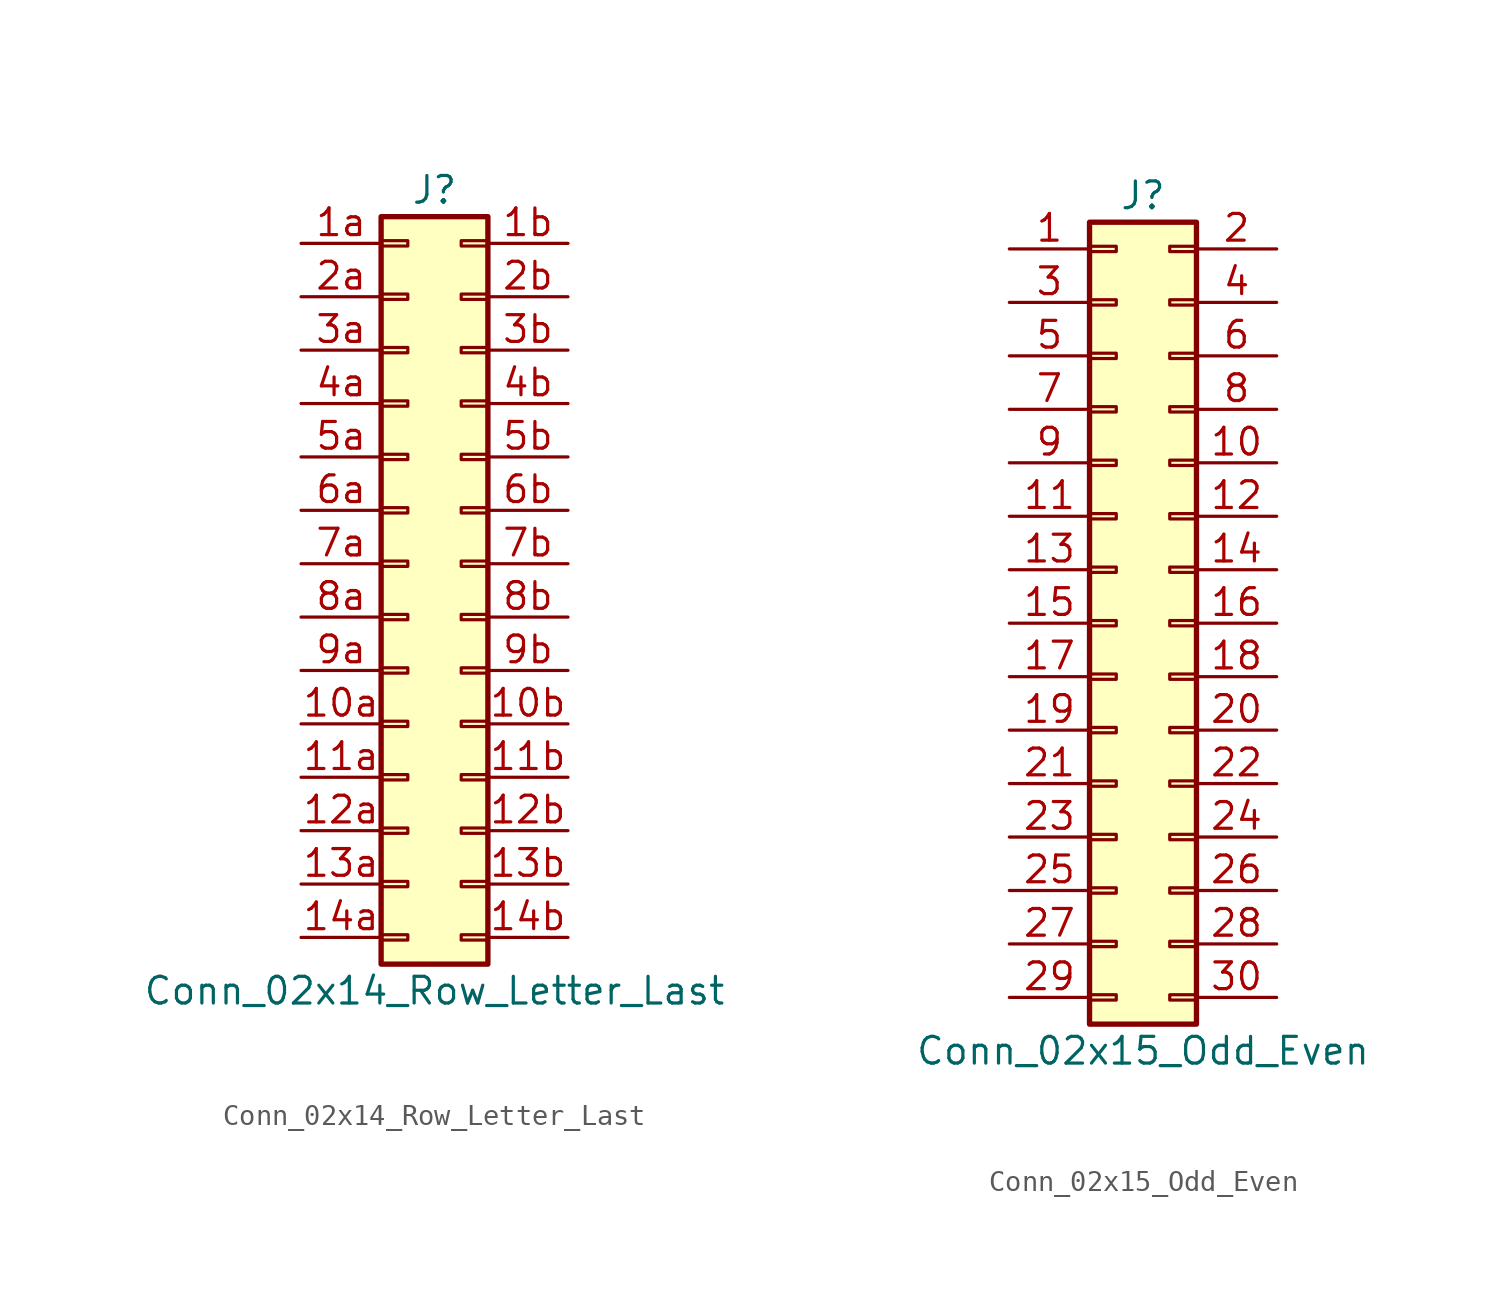
<source format=kicad_sym>
(kicad_symbol_lib
  (version 20211014)
  (generator kicad_symbol_editor)
  (symbol "Conn_02x14_Row_Letter_Last"
    (pin_names
      (offset 1.016) hide)
    (property "Reference" "J"
      (at 1.27 17.78 0)
      (effects (font (size 1.27 1.27))))
    (property "Value" "Conn_02x14_Row_Letter_Last"
      (at 1.27 -20.32 0)
      (effects (font (size 1.27 1.27))))
    (symbol "Conn_02x14_Row_Letter_Last_1_1"
      (rectangle (start -1.27 -17.653) (end 0 -17.907) (stroke (width 0.152) (type default) (color 0 0 0 0)) (fill (type none)))
      (rectangle (start -1.27 -15.113) (end 0 -15.367) (stroke (width 0.152) (type default) (color 0 0 0 0)) (fill (type none)))
      (rectangle (start -1.27 -12.573) (end 0 -12.827) (stroke (width 0.152) (type default) (color 0 0 0 0)) (fill (type none)))
      (rectangle (start -1.27 -10.033) (end 0 -10.287) (stroke (width 0.152) (type default) (color 0 0 0 0)) (fill (type none)))
      (rectangle (start -1.27 -7.493) (end 0 -7.747) (stroke (width 0.152) (type default) (color 0 0 0 0)) (fill (type none)))
      (rectangle (start -1.27 -4.953) (end 0 -5.207) (stroke (width 0.152) (type default) (color 0 0 0 0)) (fill (type none)))
      (rectangle (start -1.27 -2.413) (end 0 -2.667) (stroke (width 0.152) (type default) (color 0 0 0 0)) (fill (type none)))
      (rectangle (start -1.27 0.127) (end 0 -0.127) (stroke (width 0.152) (type default) (color 0 0 0 0)) (fill (type none)))
      (rectangle (start -1.27 2.667) (end 0 2.413) (stroke (width 0.152) (type default) (color 0 0 0 0)) (fill (type none)))
      (rectangle (start -1.27 5.207) (end 0 4.953) (stroke (width 0.152) (type default) (color 0 0 0 0)) (fill (type none)))
      (rectangle (start -1.27 7.747) (end 0 7.493) (stroke (width 0.152) (type default) (color 0 0 0 0)) (fill (type none)))
      (rectangle (start -1.27 10.287) (end 0 10.033) (stroke (width 0.152) (type default) (color 0 0 0 0)) (fill (type none)))
      (rectangle (start -1.27 12.827) (end 0 12.573) (stroke (width 0.152) (type default) (color 0 0 0 0)) (fill (type none)))
      (rectangle (start -1.27 15.367) (end 0 15.113) (stroke (width 0.152) (type default) (color 0 0 0 0)) (fill (type none)))
      (rectangle (start -1.27 16.51) (end 3.81 -19.05) (stroke (width 0.254) (type default) (color 0 0 0 0)) (fill (type background)))
      (rectangle (start 3.81 -17.653) (end 2.54 -17.907) (stroke (width 0.152) (type default) (color 0 0 0 0)) (fill (type none)))
      (rectangle (start 3.81 -15.113) (end 2.54 -15.367) (stroke (width 0.152) (type default) (color 0 0 0 0)) (fill (type none)))
      (rectangle (start 3.81 -12.573) (end 2.54 -12.827) (stroke (width 0.152) (type default) (color 0 0 0 0)) (fill (type none)))
      (rectangle (start 3.81 -10.033) (end 2.54 -10.287) (stroke (width 0.152) (type default) (color 0 0 0 0)) (fill (type none)))
      (rectangle (start 3.81 -7.493) (end 2.54 -7.747) (stroke (width 0.152) (type default) (color 0 0 0 0)) (fill (type none)))
      (rectangle (start 3.81 -4.953) (end 2.54 -5.207) (stroke (width 0.152) (type default) (color 0 0 0 0)) (fill (type none)))
      (rectangle (start 3.81 -2.413) (end 2.54 -2.667) (stroke (width 0.152) (type default) (color 0 0 0 0)) (fill (type none)))
      (rectangle (start 3.81 0.127) (end 2.54 -0.127) (stroke (width 0.152) (type default) (color 0 0 0 0)) (fill (type none)))
      (rectangle (start 3.81 2.667) (end 2.54 2.413) (stroke (width 0.152) (type default) (color 0 0 0 0)) (fill (type none)))
      (rectangle (start 3.81 5.207) (end 2.54 4.953) (stroke (width 0.152) (type default) (color 0 0 0 0)) (fill (type none)))
      (rectangle (start 3.81 7.747) (end 2.54 7.493) (stroke (width 0.152) (type default) (color 0 0 0 0)) (fill (type none)))
      (rectangle (start 3.81 10.287) (end 2.54 10.033) (stroke (width 0.152) (type default) (color 0 0 0 0)) (fill (type none)))
      (rectangle (start 3.81 12.827) (end 2.54 12.573) (stroke (width 0.152) (type default) (color 0 0 0 0)) (fill (type none)))
      (rectangle (start 3.81 15.367) (end 2.54 15.113) (stroke (width 0.152) (type default) (color 0 0 0 0)) (fill (type none)))
      (pin passive line (at -5.08 -7.62 0) (length 3.81) (name "Pin_10a" (effects (font (size 1.27 1.27)))) (number "10a" (effects (font (size 1.27 1.27)))))
      (pin passive line (at 7.62 -7.62 180) (length 3.81) (name "Pin_10b" (effects (font (size 1.27 1.27)))) (number "10b" (effects (font (size 1.27 1.27)))))
      (pin passive line (at -5.08 -10.16 0) (length 3.81) (name "Pin_11a" (effects (font (size 1.27 1.27)))) (number "11a" (effects (font (size 1.27 1.27)))))
      (pin passive line (at 7.62 -10.16 180) (length 3.81) (name "Pin_11b" (effects (font (size 1.27 1.27)))) (number "11b" (effects (font (size 1.27 1.27)))))
      (pin passive line (at -5.08 -12.7 0) (length 3.81) (name "Pin_12a" (effects (font (size 1.27 1.27)))) (number "12a" (effects (font (size 1.27 1.27)))))
      (pin passive line (at 7.62 -12.7 180) (length 3.81) (name "Pin_12b" (effects (font (size 1.27 1.27)))) (number "12b" (effects (font (size 1.27 1.27)))))
      (pin passive line (at -5.08 -15.24 0) (length 3.81) (name "Pin_13a" (effects (font (size 1.27 1.27)))) (number "13a" (effects (font (size 1.27 1.27)))))
      (pin passive line (at 7.62 -15.24 180) (length 3.81) (name "Pin_13b" (effects (font (size 1.27 1.27)))) (number "13b" (effects (font (size 1.27 1.27)))))
      (pin passive line (at -5.08 -17.78 0) (length 3.81) (name "Pin_14a" (effects (font (size 1.27 1.27)))) (number "14a" (effects (font (size 1.27 1.27)))))
      (pin passive line (at 7.62 -17.78 180) (length 3.81) (name "Pin_14b" (effects (font (size 1.27 1.27)))) (number "14b" (effects (font (size 1.27 1.27)))))
      (pin passive line (at -5.08 15.24 0) (length 3.81) (name "Pin_1a" (effects (font (size 1.27 1.27)))) (number "1a" (effects (font (size 1.27 1.27)))))
      (pin passive line (at 7.62 15.24 180) (length 3.81) (name "Pin_1b" (effects (font (size 1.27 1.27)))) (number "1b" (effects (font (size 1.27 1.27)))))
      (pin passive line (at -5.08 12.7 0) (length 3.81) (name "Pin_2a" (effects (font (size 1.27 1.27)))) (number "2a" (effects (font (size 1.27 1.27)))))
      (pin passive line (at 7.62 12.7 180) (length 3.81) (name "Pin_2b" (effects (font (size 1.27 1.27)))) (number "2b" (effects (font (size 1.27 1.27)))))
      (pin passive line (at -5.08 10.16 0) (length 3.81) (name "Pin_3a" (effects (font (size 1.27 1.27)))) (number "3a" (effects (font (size 1.27 1.27)))))
      (pin passive line (at 7.62 10.16 180) (length 3.81) (name "Pin_3b" (effects (font (size 1.27 1.27)))) (number "3b" (effects (font (size 1.27 1.27)))))
      (pin passive line (at -5.08 7.62 0) (length 3.81) (name "Pin_4a" (effects (font (size 1.27 1.27)))) (number "4a" (effects (font (size 1.27 1.27)))))
      (pin passive line (at 7.62 7.62 180) (length 3.81) (name "Pin_4b" (effects (font (size 1.27 1.27)))) (number "4b" (effects (font (size 1.27 1.27)))))
      (pin passive line (at -5.08 5.08 0) (length 3.81) (name "Pin_5a" (effects (font (size 1.27 1.27)))) (number "5a" (effects (font (size 1.27 1.27)))))
      (pin passive line (at 7.62 5.08 180) (length 3.81) (name "Pin_5b" (effects (font (size 1.27 1.27)))) (number "5b" (effects (font (size 1.27 1.27)))))
      (pin passive line (at -5.08 2.54 0) (length 3.81) (name "Pin_6a" (effects (font (size 1.27 1.27)))) (number "6a" (effects (font (size 1.27 1.27)))))
      (pin passive line (at 7.62 2.54 180) (length 3.81) (name "Pin_6b" (effects (font (size 1.27 1.27)))) (number "6b" (effects (font (size 1.27 1.27)))))
      (pin passive line (at -5.08 0 0) (length 3.81) (name "Pin_7a" (effects (font (size 1.27 1.27)))) (number "7a" (effects (font (size 1.27 1.27)))))
      (pin passive line (at 7.62 0 180) (length 3.81) (name "Pin_7b" (effects (font (size 1.27 1.27)))) (number "7b" (effects (font (size 1.27 1.27)))))
      (pin passive line (at -5.08 -2.54 0) (length 3.81) (name "Pin_8a" (effects (font (size 1.27 1.27)))) (number "8a" (effects (font (size 1.27 1.27)))))
      (pin passive line (at 7.62 -2.54 180) (length 3.81) (name "Pin_8b" (effects (font (size 1.27 1.27)))) (number "8b" (effects (font (size 1.27 1.27)))))
      (pin passive line (at -5.08 -5.08 0) (length 3.81) (name "Pin_9a" (effects (font (size 1.27 1.27)))) (number "9a" (effects (font (size 1.27 1.27)))))
      (pin passive line (at 7.62 -5.08 180) (length 3.81) (name "Pin_9b" (effects (font (size 1.27 1.27)))) (number "9b" (effects (font (size 1.27 1.27)))))))
  (symbol "Conn_02x15_Odd_Even"
    (pin_names
      (offset 1.016) hide)
    (property "Reference" "J"
      (at 1.27 20.32 0)
      (effects (font (size 1.27 1.27))))
    (property "Value" "Conn_02x15_Odd_Even"
      (at 1.27 -20.32 0)
      (effects (font (size 1.27 1.27))))
    (symbol "Conn_02x15_Odd_Even_1_1"
      (rectangle (start -1.27 -17.653) (end 0 -17.907) (stroke (width 0.152) (type default) (color 0 0 0 0)) (fill (type none)))
      (rectangle (start -1.27 -15.113) (end 0 -15.367) (stroke (width 0.152) (type default) (color 0 0 0 0)) (fill (type none)))
      (rectangle (start -1.27 -12.573) (end 0 -12.827) (stroke (width 0.152) (type default) (color 0 0 0 0)) (fill (type none)))
      (rectangle (start -1.27 -10.033) (end 0 -10.287) (stroke (width 0.152) (type default) (color 0 0 0 0)) (fill (type none)))
      (rectangle (start -1.27 -7.493) (end 0 -7.747) (stroke (width 0.152) (type default) (color 0 0 0 0)) (fill (type none)))
      (rectangle (start -1.27 -4.953) (end 0 -5.207) (stroke (width 0.152) (type default) (color 0 0 0 0)) (fill (type none)))
      (rectangle (start -1.27 -2.413) (end 0 -2.667) (stroke (width 0.152) (type default) (color 0 0 0 0)) (fill (type none)))
      (rectangle (start -1.27 0.127) (end 0 -0.127) (stroke (width 0.152) (type default) (color 0 0 0 0)) (fill (type none)))
      (rectangle (start -1.27 2.667) (end 0 2.413) (stroke (width 0.152) (type default) (color 0 0 0 0)) (fill (type none)))
      (rectangle (start -1.27 5.207) (end 0 4.953) (stroke (width 0.152) (type default) (color 0 0 0 0)) (fill (type none)))
      (rectangle (start -1.27 7.747) (end 0 7.493) (stroke (width 0.152) (type default) (color 0 0 0 0)) (fill (type none)))
      (rectangle (start -1.27 10.287) (end 0 10.033) (stroke (width 0.152) (type default) (color 0 0 0 0)) (fill (type none)))
      (rectangle (start -1.27 12.827) (end 0 12.573) (stroke (width 0.152) (type default) (color 0 0 0 0)) (fill (type none)))
      (rectangle (start -1.27 15.367) (end 0 15.113) (stroke (width 0.152) (type default) (color 0 0 0 0)) (fill (type none)))
      (rectangle (start -1.27 17.907) (end 0 17.653) (stroke (width 0.152) (type default) (color 0 0 0 0)) (fill (type none)))
      (rectangle (start -1.27 19.05) (end 3.81 -19.05) (stroke (width 0.254) (type default) (color 0 0 0 0)) (fill (type background)))
      (rectangle (start 3.81 -17.653) (end 2.54 -17.907) (stroke (width 0.152) (type default) (color 0 0 0 0)) (fill (type none)))
      (rectangle (start 3.81 -15.113) (end 2.54 -15.367) (stroke (width 0.152) (type default) (color 0 0 0 0)) (fill (type none)))
      (rectangle (start 3.81 -12.573) (end 2.54 -12.827) (stroke (width 0.152) (type default) (color 0 0 0 0)) (fill (type none)))
      (rectangle (start 3.81 -10.033) (end 2.54 -10.287) (stroke (width 0.152) (type default) (color 0 0 0 0)) (fill (type none)))
      (rectangle (start 3.81 -7.493) (end 2.54 -7.747) (stroke (width 0.152) (type default) (color 0 0 0 0)) (fill (type none)))
      (rectangle (start 3.81 -4.953) (end 2.54 -5.207) (stroke (width 0.152) (type default) (color 0 0 0 0)) (fill (type none)))
      (rectangle (start 3.81 -2.413) (end 2.54 -2.667) (stroke (width 0.152) (type default) (color 0 0 0 0)) (fill (type none)))
      (rectangle (start 3.81 0.127) (end 2.54 -0.127) (stroke (width 0.152) (type default) (color 0 0 0 0)) (fill (type none)))
      (rectangle (start 3.81 2.667) (end 2.54 2.413) (stroke (width 0.152) (type default) (color 0 0 0 0)) (fill (type none)))
      (rectangle (start 3.81 5.207) (end 2.54 4.953) (stroke (width 0.152) (type default) (color 0 0 0 0)) (fill (type none)))
      (rectangle (start 3.81 7.747) (end 2.54 7.493) (stroke (width 0.152) (type default) (color 0 0 0 0)) (fill (type none)))
      (rectangle (start 3.81 10.287) (end 2.54 10.033) (stroke (width 0.152) (type default) (color 0 0 0 0)) (fill (type none)))
      (rectangle (start 3.81 12.827) (end 2.54 12.573) (stroke (width 0.152) (type default) (color 0 0 0 0)) (fill (type none)))
      (rectangle (start 3.81 15.367) (end 2.54 15.113) (stroke (width 0.152) (type default) (color 0 0 0 0)) (fill (type none)))
      (rectangle (start 3.81 17.907) (end 2.54 17.653) (stroke (width 0.152) (type default) (color 0 0 0 0)) (fill (type none)))
      (pin passive line (at -5.08 17.78 0) (length 3.81) (name "Pin_1" (effects (font (size 1.27 1.27)))) (number "1" (effects (font (size 1.27 1.27)))))
      (pin passive line (at 7.62 7.62 180) (length 3.81) (name "Pin_10" (effects (font (size 1.27 1.27)))) (number "10" (effects (font (size 1.27 1.27)))))
      (pin passive line (at -5.08 5.08 0) (length 3.81) (name "Pin_11" (effects (font (size 1.27 1.27)))) (number "11" (effects (font (size 1.27 1.27)))))
      (pin passive line (at 7.62 5.08 180) (length 3.81) (name "Pin_12" (effects (font (size 1.27 1.27)))) (number "12" (effects (font (size 1.27 1.27)))))
      (pin passive line (at -5.08 2.54 0) (length 3.81) (name "Pin_13" (effects (font (size 1.27 1.27)))) (number "13" (effects (font (size 1.27 1.27)))))
      (pin passive line (at 7.62 2.54 180) (length 3.81) (name "Pin_14" (effects (font (size 1.27 1.27)))) (number "14" (effects (font (size 1.27 1.27)))))
      (pin passive line (at -5.08 0 0) (length 3.81) (name "Pin_15" (effects (font (size 1.27 1.27)))) (number "15" (effects (font (size 1.27 1.27)))))
      (pin passive line (at 7.62 0 180) (length 3.81) (name "Pin_16" (effects (font (size 1.27 1.27)))) (number "16" (effects (font (size 1.27 1.27)))))
      (pin passive line (at -5.08 -2.54 0) (length 3.81) (name "Pin_17" (effects (font (size 1.27 1.27)))) (number "17" (effects (font (size 1.27 1.27)))))
      (pin passive line (at 7.62 -2.54 180) (length 3.81) (name "Pin_18" (effects (font (size 1.27 1.27)))) (number "18" (effects (font (size 1.27 1.27)))))
      (pin passive line (at -5.08 -5.08 0) (length 3.81) (name "Pin_19" (effects (font (size 1.27 1.27)))) (number "19" (effects (font (size 1.27 1.27)))))
      (pin passive line (at 7.62 17.78 180) (length 3.81) (name "Pin_2" (effects (font (size 1.27 1.27)))) (number "2" (effects (font (size 1.27 1.27)))))
      (pin passive line (at 7.62 -5.08 180) (length 3.81) (name "Pin_20" (effects (font (size 1.27 1.27)))) (number "20" (effects (font (size 1.27 1.27)))))
      (pin passive line (at -5.08 -7.62 0) (length 3.81) (name "Pin_21" (effects (font (size 1.27 1.27)))) (number "21" (effects (font (size 1.27 1.27)))))
      (pin passive line (at 7.62 -7.62 180) (length 3.81) (name "Pin_22" (effects (font (size 1.27 1.27)))) (number "22" (effects (font (size 1.27 1.27)))))
      (pin passive line (at -5.08 -10.16 0) (length 3.81) (name "Pin_23" (effects (font (size 1.27 1.27)))) (number "23" (effects (font (size 1.27 1.27)))))
      (pin passive line (at 7.62 -10.16 180) (length 3.81) (name "Pin_24" (effects (font (size 1.27 1.27)))) (number "24" (effects (font (size 1.27 1.27)))))
      (pin passive line (at -5.08 -12.7 0) (length 3.81) (name "Pin_25" (effects (font (size 1.27 1.27)))) (number "25" (effects (font (size 1.27 1.27)))))
      (pin passive line (at 7.62 -12.7 180) (length 3.81) (name "Pin_26" (effects (font (size 1.27 1.27)))) (number "26" (effects (font (size 1.27 1.27)))))
      (pin passive line (at -5.08 -15.24 0) (length 3.81) (name "Pin_27" (effects (font (size 1.27 1.27)))) (number "27" (effects (font (size 1.27 1.27)))))
      (pin passive line (at 7.62 -15.24 180) (length 3.81) (name "Pin_28" (effects (font (size 1.27 1.27)))) (number "28" (effects (font (size 1.27 1.27)))))
      (pin passive line (at -5.08 -17.78 0) (length 3.81) (name "Pin_29" (effects (font (size 1.27 1.27)))) (number "29" (effects (font (size 1.27 1.27)))))
      (pin passive line (at -5.08 15.24 0) (length 3.81) (name "Pin_3" (effects (font (size 1.27 1.27)))) (number "3" (effects (font (size 1.27 1.27)))))
      (pin passive line (at 7.62 -17.78 180) (length 3.81) (name "Pin_30" (effects (font (size 1.27 1.27)))) (number "30" (effects (font (size 1.27 1.27)))))
      (pin passive line (at 7.62 15.24 180) (length 3.81) (name "Pin_4" (effects (font (size 1.27 1.27)))) (number "4" (effects (font (size 1.27 1.27)))))
      (pin passive line (at -5.08 12.7 0) (length 3.81) (name "Pin_5" (effects (font (size 1.27 1.27)))) (number "5" (effects (font (size 1.27 1.27)))))
      (pin passive line (at 7.62 12.7 180) (length 3.81) (name "Pin_6" (effects (font (size 1.27 1.27)))) (number "6" (effects (font (size 1.27 1.27)))))
      (pin passive line (at -5.08 10.16 0) (length 3.81) (name "Pin_7" (effects (font (size 1.27 1.27)))) (number "7" (effects (font (size 1.27 1.27)))))
      (pin passive line (at 7.62 10.16 180) (length 3.81) (name "Pin_8" (effects (font (size 1.27 1.27)))) (number "8" (effects (font (size 1.27 1.27)))))
      (pin passive line (at -5.08 7.62 0) (length 3.81) (name "Pin_9" (effects (font (size 1.27 1.27)))) (number "9" (effects (font (size 1.27 1.27))))))))
</source>
